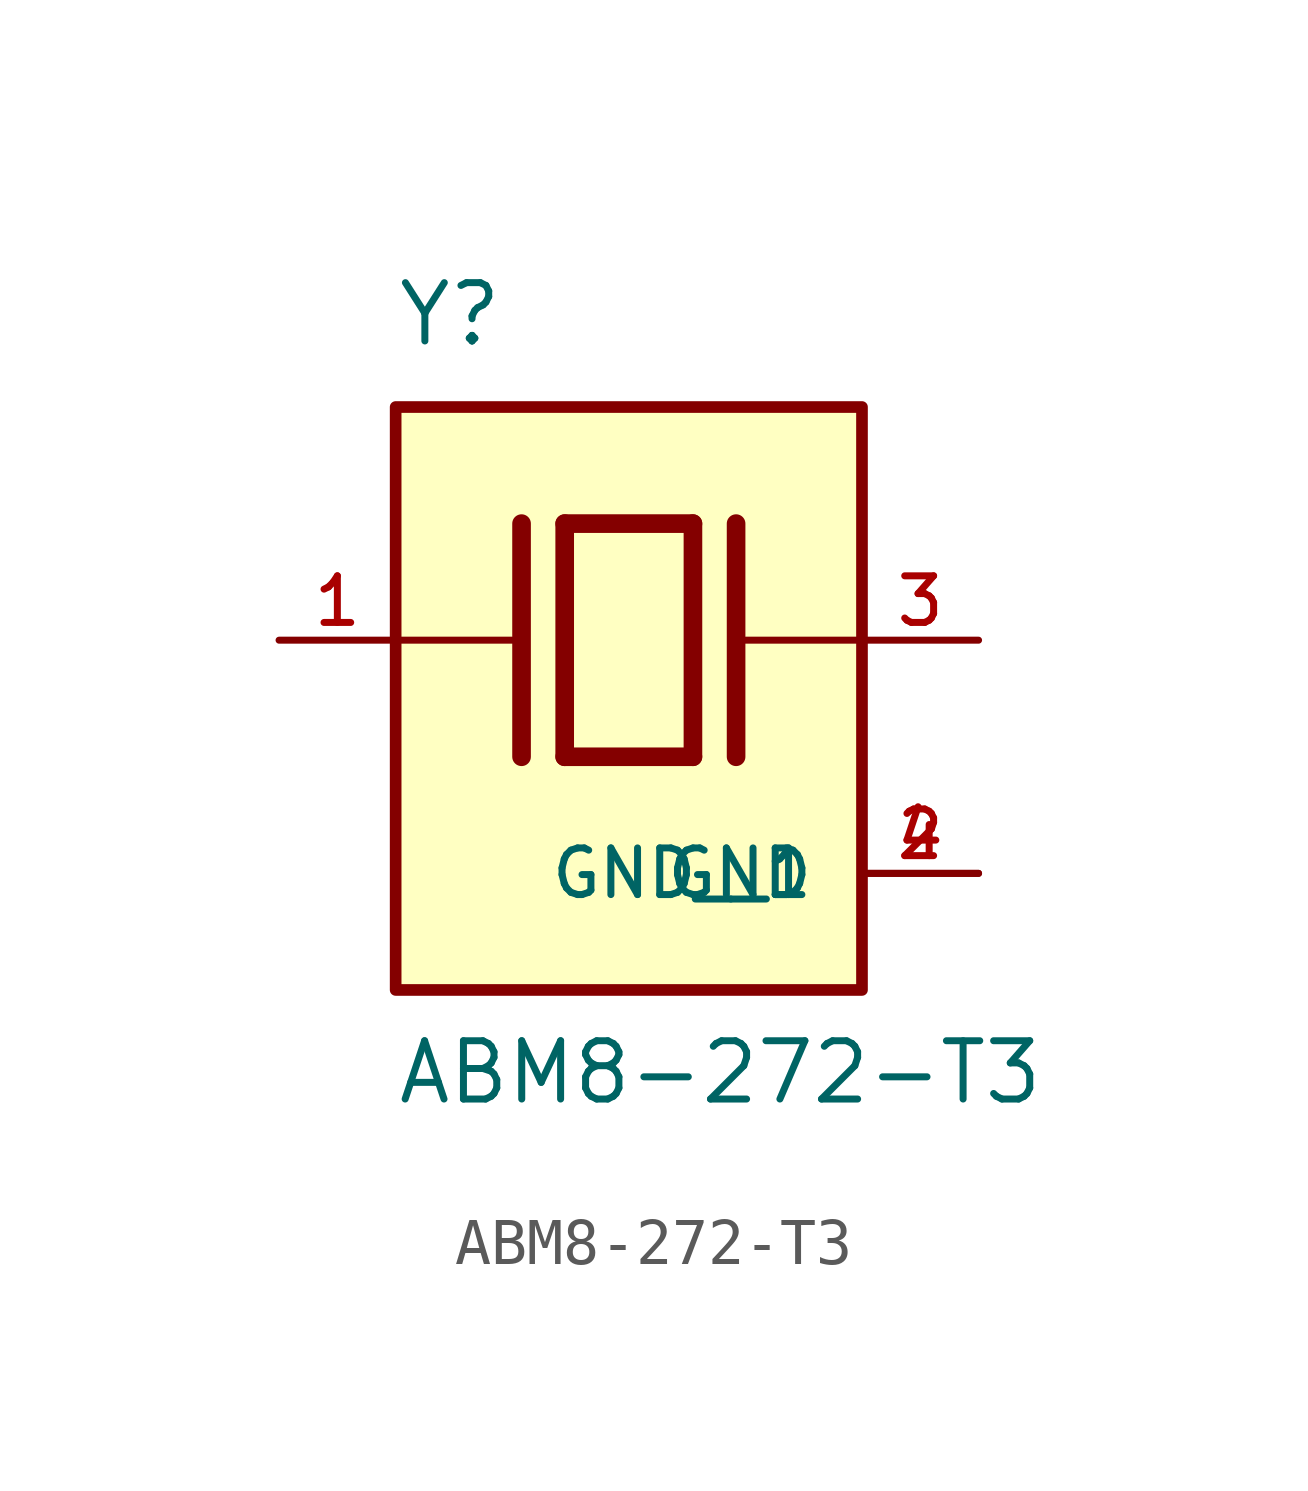
<source format=kicad_sym>
(kicad_symbol_lib
  (version 20211014)
  (generator kicad_symbol_editor)
  (symbol "ABM8-272-T3"
    (pin_names
      (offset 1.016))
    (property "Reference" "Y"
      (at -5.088 6.356 0)
      (effects (font (size 1.27 1.27)) (justify bottom left)))
    (property "Value" "ABM8-272-T3"
      (at -5.094 -10.16 0)
      (effects (font (size 1.27 1.27)) (justify bottom left)))
    (symbol "ABM8-272-T3_0_0"
      (polyline (pts (xy -1.397 2.54) (xy 1.397 2.54)) (stroke (width 0.406)))
      (polyline (pts (xy 1.397 2.54) (xy 1.397 -2.54)) (stroke (width 0.406)))
      (polyline (pts (xy 1.397 -2.54) (xy -1.397 -2.54)) (stroke (width 0.406)))
      (polyline (pts (xy -1.397 2.54) (xy -1.397 -2.54)) (stroke (width 0.406)))
      (polyline (pts (xy 2.337 2.54) (xy 2.337 -2.54)) (stroke (width 0.406)))
      (polyline (pts (xy -2.337 2.54) (xy -2.337 -2.54)) (stroke (width 0.406)))
      (polyline (pts (xy -5.08 0.0) (xy -2.54 0.0)) (stroke (width 0.152)))
      (polyline (pts (xy 2.54 0.0) (xy 5.08 0.0)) (stroke (width 0.152)))
      (rectangle (start -5.08 -7.62) (end 5.08 5.08) (stroke (width 0.254)) (fill (type background)))
      (pin passive line (at 7.62 0.0 180.0) (length 2.54) (name "~" (effects (font (size 1.016 1.016)))) (number "3" (effects (font (size 1.016 1.016)))))
      (pin passive line (at -7.62 0.0 0) (length 2.54) (name "~" (effects (font (size 1.016 1.016)))) (number "1" (effects (font (size 1.016 1.016)))))
      (pin power_in line (at 7.62 -5.08 180.0) (length 2.54) (name "GND" (effects (font (size 1.016 1.016)))) (number "2" (effects (font (size 1.016 1.016)))))
      (pin power_in line (at 7.62 -5.08 180.0) (length 2.54) (name "GND__1" (effects (font (size 1.016 1.016)))) (number "4" (effects (font (size 1.016 1.016))))))))
</source>
